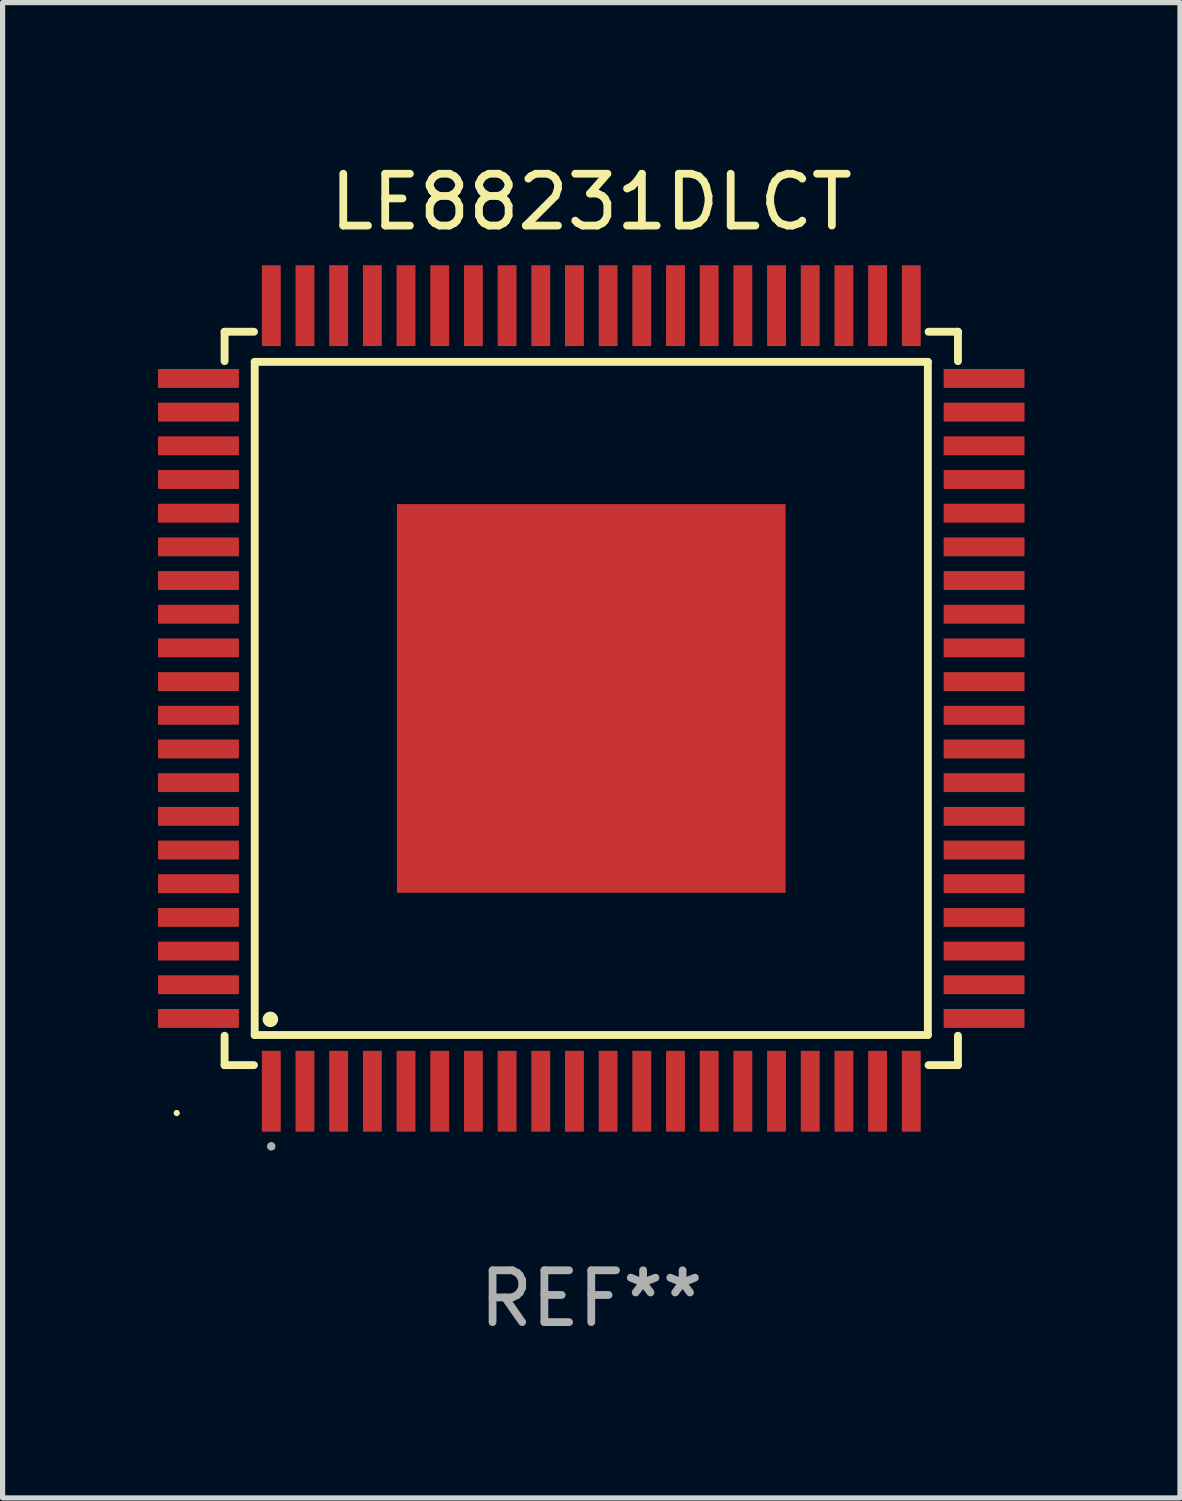
<source format=kicad_pcb>
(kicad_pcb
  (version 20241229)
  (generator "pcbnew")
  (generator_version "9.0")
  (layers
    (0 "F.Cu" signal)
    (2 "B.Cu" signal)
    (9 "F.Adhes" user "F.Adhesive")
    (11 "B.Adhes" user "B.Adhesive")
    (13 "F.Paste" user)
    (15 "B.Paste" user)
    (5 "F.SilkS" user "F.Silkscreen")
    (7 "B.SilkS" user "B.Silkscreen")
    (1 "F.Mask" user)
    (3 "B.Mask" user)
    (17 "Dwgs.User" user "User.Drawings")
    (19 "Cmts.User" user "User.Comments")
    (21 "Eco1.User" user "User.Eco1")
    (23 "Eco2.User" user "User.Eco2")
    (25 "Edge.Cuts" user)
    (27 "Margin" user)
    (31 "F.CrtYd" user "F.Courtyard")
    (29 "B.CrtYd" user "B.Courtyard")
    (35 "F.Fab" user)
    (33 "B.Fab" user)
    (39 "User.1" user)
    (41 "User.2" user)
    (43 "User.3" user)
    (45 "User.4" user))
  (footprint "LE88231DLCT"
    (layer "F.Cu")
    (at 8.36 10.428)
    (property "Reference" "LE88231DLCT" (at 0 -9.58 0) (layer "F.SilkS") (effects (font (size 1 1) (thickness 0.15))))
    (attr through_hole)
    (fp_line (start -7.076 -7.076) (end -7.076 -6.509) (stroke (width 0.152) (type solid)) (layer "F.SilkS"))
    (fp_line (start -7.076 7.076) (end -7.076 6.509) (stroke (width 0.152) (type solid)) (layer "F.SilkS"))
    (fp_line (start -6.509 -7.076) (end -7.076 -7.076) (stroke (width 0.152) (type solid)) (layer "F.SilkS"))
    (fp_line (start -6.509 7.076) (end -7.076 7.076) (stroke (width 0.152) (type solid)) (layer "F.SilkS"))
    (fp_line (start -6.495 -6.495) (end 6.495 -6.495) (stroke (width 0.152) (type solid)) (layer "F.SilkS"))
    (fp_line (start -6.495 6.495) (end -6.495 -6.495) (stroke (width 0.152) (type solid)) (layer "F.SilkS"))
    (fp_line (start 6.495 -6.495) (end 6.495 6.495) (stroke (width 0.152) (type solid)) (layer "F.SilkS"))
    (fp_line (start 6.495 6.495) (end -6.495 6.495) (stroke (width 0.152) (type solid)) (layer "F.SilkS"))
    (fp_line (start 6.509 -7.076) (end 7.076 -7.076) (stroke (width 0.152) (type solid)) (layer "F.SilkS"))
    (fp_line (start 6.509 7.076) (end 7.076 7.076) (stroke (width 0.152) (type solid)) (layer "F.SilkS"))
    (fp_line (start 7.076 -7.076) (end 7.076 -6.509) (stroke (width 0.152) (type solid)) (layer "F.SilkS"))
    (fp_line (start 7.076 7.076) (end 7.076 6.509) (stroke (width 0.152) (type solid)) (layer "F.SilkS"))
    (fp_circle (center -8 8) (end -7.97 8) (stroke (width 0.06) (type solid)) (fill no) (layer "F.SilkS"))
    (fp_circle (center -6.193 6.193) (end -6.118 6.193) (stroke (width 0.15) (type solid)) (fill no) (layer "F.SilkS"))
    (fp_circle (center -6.175 8.643) (end -6.136 8.643) (stroke (width 0.078) (type solid)) (fill no) (layer "F.SilkS"))
    (fp_circle (center -6.175 8.643) (end -6.136 8.643) (stroke (width 0.078) (type solid)) (fill no) (layer "F.Fab"))
    (fp_text user "REF**" (at 0 11.58 0) (layer "F.Fab") (effects (font (size 1 1) (thickness 0.15))))
    (pad "1" smd rect (at -6.175 7.58) (size 0.364 1.56) (layers "F.Cu" "F.Mask" "F.Paste"))
    (pad "2" smd rect (at -5.525 7.58) (size 0.364 1.56) (layers "F.Cu" "F.Mask" "F.Paste"))
    (pad "3" smd rect (at -4.875 7.58) (size 0.364 1.56) (layers "F.Cu" "F.Mask" "F.Paste"))
    (pad "4" smd rect (at -4.225 7.58) (size 0.364 1.56) (layers "F.Cu" "F.Mask" "F.Paste"))
    (pad "5" smd rect (at -3.575 7.58) (size 0.364 1.56) (layers "F.Cu" "F.Mask" "F.Paste"))
    (pad "6" smd rect (at -2.925 7.58) (size 0.364 1.56) (layers "F.Cu" "F.Mask" "F.Paste"))
    (pad "7" smd rect (at -2.275 7.58) (size 0.364 1.56) (layers "F.Cu" "F.Mask" "F.Paste"))
    (pad "8" smd rect (at -1.625 7.58) (size 0.364 1.56) (layers "F.Cu" "F.Mask" "F.Paste"))
    (pad "9" smd rect (at -0.975 7.58) (size 0.364 1.56) (layers "F.Cu" "F.Mask" "F.Paste"))
    (pad "10" smd rect (at -0.325 7.58) (size 0.364 1.56) (layers "F.Cu" "F.Mask" "F.Paste"))
    (pad "11" smd rect (at 0.325 7.58) (size 0.364 1.56) (layers "F.Cu" "F.Mask" "F.Paste"))
    (pad "12" smd rect (at 0.975 7.58) (size 0.364 1.56) (layers "F.Cu" "F.Mask" "F.Paste"))
    (pad "13" smd rect (at 1.625 7.58) (size 0.364 1.56) (layers "F.Cu" "F.Mask" "F.Paste"))
    (pad "14" smd rect (at 2.275 7.58) (size 0.364 1.56) (layers "F.Cu" "F.Mask" "F.Paste"))
    (pad "15" smd rect (at 2.925 7.58) (size 0.364 1.56) (layers "F.Cu" "F.Mask" "F.Paste"))
    (pad "16" smd rect (at 3.575 7.58) (size 0.364 1.56) (layers "F.Cu" "F.Mask" "F.Paste"))
    (pad "17" smd rect (at 4.225 7.58) (size 0.364 1.56) (layers "F.Cu" "F.Mask" "F.Paste"))
    (pad "18" smd rect (at 4.875 7.58) (size 0.364 1.56) (layers "F.Cu" "F.Mask" "F.Paste"))
    (pad "19" smd rect (at 5.525 7.58) (size 0.364 1.56) (layers "F.Cu" "F.Mask" "F.Paste"))
    (pad "20" smd rect (at 6.175 7.58) (size 0.364 1.56) (layers "F.Cu" "F.Mask" "F.Paste"))
    (pad "21" smd rect (at 7.58 6.175) (size 1.56 0.364) (layers "F.Cu" "F.Mask" "F.Paste"))
    (pad "22" smd rect (at 7.58 5.525) (size 1.56 0.364) (layers "F.Cu" "F.Mask" "F.Paste"))
    (pad "23" smd rect (at 7.58 4.875) (size 1.56 0.364) (layers "F.Cu" "F.Mask" "F.Paste"))
    (pad "24" smd rect (at 7.58 4.225) (size 1.56 0.364) (layers "F.Cu" "F.Mask" "F.Paste"))
    (pad "25" smd rect (at 7.58 3.575) (size 1.56 0.364) (layers "F.Cu" "F.Mask" "F.Paste"))
    (pad "26" smd rect (at 7.58 2.925) (size 1.56 0.364) (layers "F.Cu" "F.Mask" "F.Paste"))
    (pad "27" smd rect (at 7.58 2.275) (size 1.56 0.364) (layers "F.Cu" "F.Mask" "F.Paste"))
    (pad "28" smd rect (at 7.58 1.625) (size 1.56 0.364) (layers "F.Cu" "F.Mask" "F.Paste"))
    (pad "29" smd rect (at 7.58 0.975) (size 1.56 0.364) (layers "F.Cu" "F.Mask" "F.Paste"))
    (pad "30" smd rect (at 7.58 0.325) (size 1.56 0.364) (layers "F.Cu" "F.Mask" "F.Paste"))
    (pad "31" smd rect (at 7.58 -0.325) (size 1.56 0.364) (layers "F.Cu" "F.Mask" "F.Paste"))
    (pad "32" smd rect (at 7.58 -0.975) (size 1.56 0.364) (layers "F.Cu" "F.Mask" "F.Paste"))
    (pad "33" smd rect (at 7.58 -1.625) (size 1.56 0.364) (layers "F.Cu" "F.Mask" "F.Paste"))
    (pad "34" smd rect (at 7.58 -2.275) (size 1.56 0.364) (layers "F.Cu" "F.Mask" "F.Paste"))
    (pad "35" smd rect (at 7.58 -2.925) (size 1.56 0.364) (layers "F.Cu" "F.Mask" "F.Paste"))
    (pad "36" smd rect (at 7.58 -3.575) (size 1.56 0.364) (layers "F.Cu" "F.Mask" "F.Paste"))
    (pad "37" smd rect (at 7.58 -4.225) (size 1.56 0.364) (layers "F.Cu" "F.Mask" "F.Paste"))
    (pad "38" smd rect (at 7.58 -4.875) (size 1.56 0.364) (layers "F.Cu" "F.Mask" "F.Paste"))
    (pad "39" smd rect (at 7.58 -5.525) (size 1.56 0.364) (layers "F.Cu" "F.Mask" "F.Paste"))
    (pad "40" smd rect (at 7.58 -6.175) (size 1.56 0.364) (layers "F.Cu" "F.Mask" "F.Paste"))
    (pad "41" smd rect (at 6.175 -7.58) (size 0.364 1.56) (layers "F.Cu" "F.Mask" "F.Paste"))
    (pad "42" smd rect (at 5.525 -7.58) (size 0.364 1.56) (layers "F.Cu" "F.Mask" "F.Paste"))
    (pad "43" smd rect (at 4.875 -7.58) (size 0.364 1.56) (layers "F.Cu" "F.Mask" "F.Paste"))
    (pad "44" smd rect (at 4.225 -7.58) (size 0.364 1.56) (layers "F.Cu" "F.Mask" "F.Paste"))
    (pad "45" smd rect (at 3.575 -7.58) (size 0.364 1.56) (layers "F.Cu" "F.Mask" "F.Paste"))
    (pad "46" smd rect (at 2.925 -7.58) (size 0.364 1.56) (layers "F.Cu" "F.Mask" "F.Paste"))
    (pad "47" smd rect (at 2.275 -7.58) (size 0.364 1.56) (layers "F.Cu" "F.Mask" "F.Paste"))
    (pad "48" smd rect (at 1.625 -7.58) (size 0.364 1.56) (layers "F.Cu" "F.Mask" "F.Paste"))
    (pad "49" smd rect (at 0.975 -7.58) (size 0.364 1.56) (layers "F.Cu" "F.Mask" "F.Paste"))
    (pad "50" smd rect (at 0.325 -7.58) (size 0.364 1.56) (layers "F.Cu" "F.Mask" "F.Paste"))
    (pad "51" smd rect (at -0.325 -7.58) (size 0.364 1.56) (layers "F.Cu" "F.Mask" "F.Paste"))
    (pad "52" smd rect (at -0.975 -7.58) (size 0.364 1.56) (layers "F.Cu" "F.Mask" "F.Paste"))
    (pad "53" smd rect (at -1.625 -7.58) (size 0.364 1.56) (layers "F.Cu" "F.Mask" "F.Paste"))
    (pad "54" smd rect (at -2.275 -7.58) (size 0.364 1.56) (layers "F.Cu" "F.Mask" "F.Paste"))
    (pad "55" smd rect (at -2.925 -7.58) (size 0.364 1.56) (layers "F.Cu" "F.Mask" "F.Paste"))
    (pad "56" smd rect (at -3.575 -7.58) (size 0.364 1.56) (layers "F.Cu" "F.Mask" "F.Paste"))
    (pad "57" smd rect (at -4.225 -7.58) (size 0.364 1.56) (layers "F.Cu" "F.Mask" "F.Paste"))
    (pad "58" smd rect (at -4.875 -7.58) (size 0.364 1.56) (layers "F.Cu" "F.Mask" "F.Paste"))
    (pad "59" smd rect (at -5.525 -7.58) (size 0.364 1.56) (layers "F.Cu" "F.Mask" "F.Paste"))
    (pad "60" smd rect (at -6.175 -7.58) (size 0.364 1.56) (layers "F.Cu" "F.Mask" "F.Paste"))
    (pad "61" smd rect (at -7.58 -6.175) (size 1.56 0.364) (layers "F.Cu" "F.Mask" "F.Paste"))
    (pad "62" smd rect (at -7.58 -5.525) (size 1.56 0.364) (layers "F.Cu" "F.Mask" "F.Paste"))
    (pad "63" smd rect (at -7.58 -4.875) (size 1.56 0.364) (layers "F.Cu" "F.Mask" "F.Paste"))
    (pad "64" smd rect (at -7.58 -4.225) (size 1.56 0.364) (layers "F.Cu" "F.Mask" "F.Paste"))
    (pad "65" smd rect (at -7.58 -3.575) (size 1.56 0.364) (layers "F.Cu" "F.Mask" "F.Paste"))
    (pad "66" smd rect (at -7.58 -2.925) (size 1.56 0.364) (layers "F.Cu" "F.Mask" "F.Paste"))
    (pad "67" smd rect (at -7.58 -2.275) (size 1.56 0.364) (layers "F.Cu" "F.Mask" "F.Paste"))
    (pad "68" smd rect (at -7.58 -1.625) (size 1.56 0.364) (layers "F.Cu" "F.Mask" "F.Paste"))
    (pad "69" smd rect (at -7.58 -0.975) (size 1.56 0.364) (layers "F.Cu" "F.Mask" "F.Paste"))
    (pad "70" smd rect (at -7.58 -0.325) (size 1.56 0.364) (layers "F.Cu" "F.Mask" "F.Paste"))
    (pad "71" smd rect (at -7.58 0.325) (size 1.56 0.364) (layers "F.Cu" "F.Mask" "F.Paste"))
    (pad "72" smd rect (at -7.58 0.975) (size 1.56 0.364) (layers "F.Cu" "F.Mask" "F.Paste"))
    (pad "73" smd rect (at -7.58 1.625) (size 1.56 0.364) (layers "F.Cu" "F.Mask" "F.Paste"))
    (pad "74" smd rect (at -7.58 2.275) (size 1.56 0.364) (layers "F.Cu" "F.Mask" "F.Paste"))
    (pad "75" smd rect (at -7.58 2.925) (size 1.56 0.364) (layers "F.Cu" "F.Mask" "F.Paste"))
    (pad "76" smd rect (at -7.58 3.575) (size 1.56 0.364) (layers "F.Cu" "F.Mask" "F.Paste"))
    (pad "77" smd rect (at -7.58 4.225) (size 1.56 0.364) (layers "F.Cu" "F.Mask" "F.Paste"))
    (pad "78" smd rect (at -7.58 4.875) (size 1.56 0.364) (layers "F.Cu" "F.Mask" "F.Paste"))
    (pad "79" smd rect (at -7.58 5.525) (size 1.56 0.364) (layers "F.Cu" "F.Mask" "F.Paste"))
    (pad "80" smd rect (at -7.58 6.175) (size 1.56 0.364) (layers "F.Cu" "F.Mask" "F.Paste"))
    (pad "81" smd rect (at 0 0) (size 7.5 7.5) (layers "F.Cu" "F.Mask" "F.Paste")))
  (gr_rect
    (start -3 -3)
    (end 19.72 25.856)
    (stroke (width 0.1) (type default))
    (fill no)
    (layer "Edge.Cuts")))
</source>
